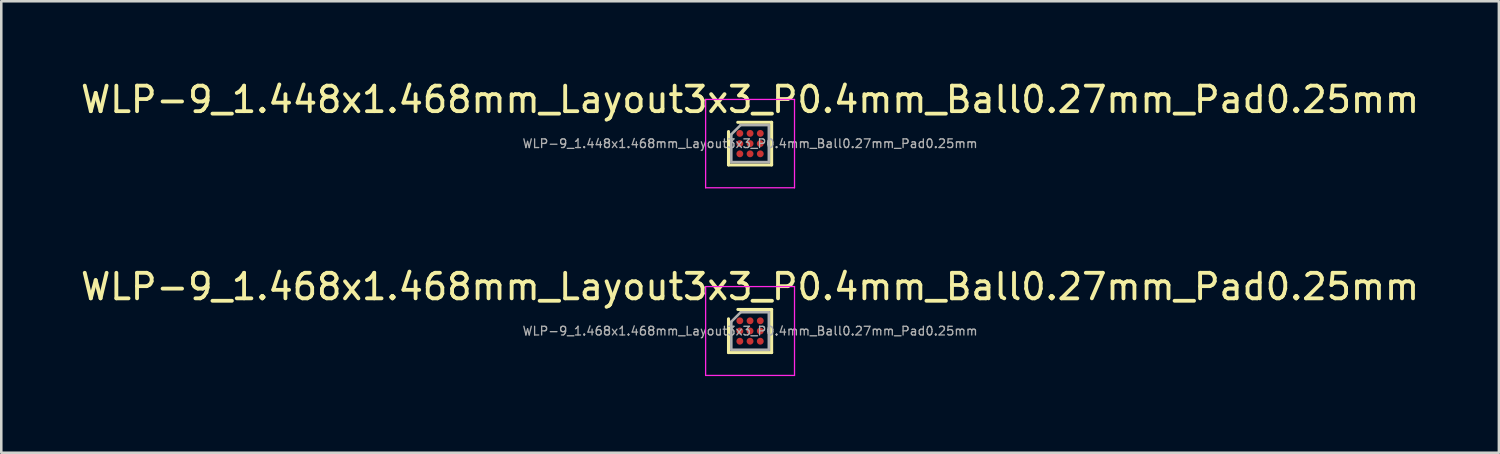
<source format=kicad_pcb>
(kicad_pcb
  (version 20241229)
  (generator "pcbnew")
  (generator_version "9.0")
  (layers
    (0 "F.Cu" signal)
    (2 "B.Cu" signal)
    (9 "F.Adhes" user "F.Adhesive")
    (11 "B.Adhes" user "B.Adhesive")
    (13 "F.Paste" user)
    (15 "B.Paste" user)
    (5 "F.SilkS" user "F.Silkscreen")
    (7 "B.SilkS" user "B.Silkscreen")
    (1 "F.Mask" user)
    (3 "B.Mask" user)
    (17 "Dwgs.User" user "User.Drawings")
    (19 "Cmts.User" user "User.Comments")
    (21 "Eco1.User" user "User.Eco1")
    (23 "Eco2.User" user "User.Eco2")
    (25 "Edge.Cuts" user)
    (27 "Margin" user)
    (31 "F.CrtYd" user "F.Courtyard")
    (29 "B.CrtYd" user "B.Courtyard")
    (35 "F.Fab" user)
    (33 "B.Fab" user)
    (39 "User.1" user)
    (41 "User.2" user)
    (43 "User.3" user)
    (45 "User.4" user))
  (footprint "WLP-9_1.468x1.468mm_Layout3x3_P0.4mm_Ball0.27mm_Pad0.25mm"
    (layer "F.Cu")
    (at 26.315 9.909)
    (property "Reference" "WLP-9_1.468x1.468mm_Layout3x3_P0.4mm_Ball0.27mm_Pad0.25mm" (at 0 -1.734 0) (layer "F.SilkS") (effects (font (size 1 1) (thickness 0.15))))
    (attr smd)
    (fp_line (start -0.844 0.844) (end -0.844 -0.477) (stroke (width 0.12) (type solid)) (layer "F.SilkS"))
    (fp_line (start -0.477 -0.844) (end 0.844 -0.844) (stroke (width 0.12) (type solid)) (layer "F.SilkS"))
    (fp_line (start 0.844 -0.844) (end 0.844 0.844) (stroke (width 0.12) (type solid)) (layer "F.SilkS"))
    (fp_line (start 0.844 0.844) (end -0.844 0.844) (stroke (width 0.12) (type solid)) (layer "F.SilkS"))
    (fp_line (start -1.74 -1.74) (end -1.74 1.74) (stroke (width 0.05) (type solid)) (layer "F.CrtYd"))
    (fp_line (start -1.74 1.74) (end 1.74 1.74) (stroke (width 0.05) (type solid)) (layer "F.CrtYd"))
    (fp_line (start 1.74 -1.74) (end -1.74 -1.74) (stroke (width 0.05) (type solid)) (layer "F.CrtYd"))
    (fp_line (start 1.74 1.74) (end 1.74 -1.74) (stroke (width 0.05) (type solid)) (layer "F.CrtYd"))
    (fp_line (start -0.734 -0.367) (end -0.367 -0.734) (stroke (width 0.1) (type solid)) (layer "F.Fab"))
    (fp_line (start -0.734 0.734) (end -0.734 -0.367) (stroke (width 0.1) (type solid)) (layer "F.Fab"))
    (fp_line (start -0.367 -0.734) (end 0.734 -0.734) (stroke (width 0.1) (type solid)) (layer "F.Fab"))
    (fp_line (start 0.734 -0.734) (end 0.734 0.734) (stroke (width 0.1) (type solid)) (layer "F.Fab"))
    (fp_line (start 0.734 0.734) (end -0.734 0.734) (stroke (width 0.1) (type solid)) (layer "F.Fab"))
    (fp_text user "${REFERENCE}" (at 0 0 0) (layer "F.Fab") (effects (font (size 0.34 0.34) (thickness 0.051))))
    (pad "A1" smd circle (at -0.4 -0.4) (size 0.27 0.27) (layers "F.Cu" "F.Mask" "F.Paste"))
    (pad "A2" smd circle (at 0 -0.4) (size 0.27 0.27) (layers "F.Cu" "F.Mask" "F.Paste"))
    (pad "A3" smd circle (at 0.4 -0.4) (size 0.27 0.27) (layers "F.Cu" "F.Mask" "F.Paste"))
    (pad "B1" smd circle (at -0.4 0) (size 0.27 0.27) (layers "F.Cu" "F.Mask" "F.Paste"))
    (pad "B2" smd circle (at 0 0) (size 0.27 0.27) (layers "F.Cu" "F.Mask" "F.Paste"))
    (pad "B3" smd circle (at 0.4 0) (size 0.27 0.27) (layers "F.Cu" "F.Mask" "F.Paste"))
    (pad "C1" smd circle (at -0.4 0.4) (size 0.27 0.27) (layers "F.Cu" "F.Mask" "F.Paste"))
    (pad "C2" smd circle (at 0 0.4) (size 0.27 0.27) (layers "F.Cu" "F.Mask" "F.Paste"))
    (pad "C3" smd circle (at 0.4 0.4) (size 0.27 0.27) (layers "F.Cu" "F.Mask" "F.Paste")))
  (footprint "WLP-9_1.448x1.468mm_Layout3x3_P0.4mm_Ball0.27mm_Pad0.25mm"
    (layer "F.Cu")
    (at 26.315 2.572)
    (property "Reference" "WLP-9_1.448x1.468mm_Layout3x3_P0.4mm_Ball0.27mm_Pad0.25mm" (at 0 -1.724 0) (layer "F.SilkS") (effects (font (size 1 1) (thickness 0.15))))
    (attr smd)
    (fp_line (start -0.844 0.834) (end -0.844 -0.472) (stroke (width 0.12) (type solid)) (layer "F.SilkS"))
    (fp_line (start -0.482 -0.834) (end 0.844 -0.834) (stroke (width 0.12) (type solid)) (layer "F.SilkS"))
    (fp_line (start 0.844 -0.834) (end 0.844 0.834) (stroke (width 0.12) (type solid)) (layer "F.SilkS"))
    (fp_line (start 0.844 0.834) (end -0.844 0.834) (stroke (width 0.12) (type solid)) (layer "F.SilkS"))
    (fp_line (start -1.74 -1.73) (end -1.74 1.73) (stroke (width 0.05) (type solid)) (layer "F.CrtYd"))
    (fp_line (start -1.74 1.73) (end 1.74 1.73) (stroke (width 0.05) (type solid)) (layer "F.CrtYd"))
    (fp_line (start 1.74 -1.73) (end -1.74 -1.73) (stroke (width 0.05) (type solid)) (layer "F.CrtYd"))
    (fp_line (start 1.74 1.73) (end 1.74 -1.73) (stroke (width 0.05) (type solid)) (layer "F.CrtYd"))
    (fp_line (start -0.734 -0.362) (end -0.372 -0.724) (stroke (width 0.1) (type solid)) (layer "F.Fab"))
    (fp_line (start -0.734 0.724) (end -0.734 -0.362) (stroke (width 0.1) (type solid)) (layer "F.Fab"))
    (fp_line (start -0.372 -0.724) (end 0.734 -0.724) (stroke (width 0.1) (type solid)) (layer "F.Fab"))
    (fp_line (start 0.734 -0.724) (end 0.734 0.724) (stroke (width 0.1) (type solid)) (layer "F.Fab"))
    (fp_line (start 0.734 0.724) (end -0.734 0.724) (stroke (width 0.1) (type solid)) (layer "F.Fab"))
    (fp_text user "${REFERENCE}" (at 0 0 0) (layer "F.Fab") (effects (font (size 0.34 0.34) (thickness 0.051))))
    (pad "A1" smd circle (at -0.4 -0.4) (size 0.27 0.27) (layers "F.Cu" "F.Mask" "F.Paste"))
    (pad "A2" smd circle (at 0 -0.4) (size 0.27 0.27) (layers "F.Cu" "F.Mask" "F.Paste"))
    (pad "A3" smd circle (at 0.4 -0.4) (size 0.27 0.27) (layers "F.Cu" "F.Mask" "F.Paste"))
    (pad "B1" smd circle (at -0.4 0) (size 0.27 0.27) (layers "F.Cu" "F.Mask" "F.Paste"))
    (pad "B2" smd circle (at 0 0) (size 0.27 0.27) (layers "F.Cu" "F.Mask" "F.Paste"))
    (pad "B3" smd circle (at 0.4 0) (size 0.27 0.27) (layers "F.Cu" "F.Mask" "F.Paste"))
    (pad "C1" smd circle (at -0.4 0.4) (size 0.27 0.27) (layers "F.Cu" "F.Mask" "F.Paste"))
    (pad "C2" smd circle (at 0 0.4) (size 0.27 0.27) (layers "F.Cu" "F.Mask" "F.Paste"))
    (pad "C3" smd circle (at 0.4 0.4) (size 0.27 0.27) (layers "F.Cu" "F.Mask" "F.Paste")))
  (gr_rect
    (start -3 -3)
    (end 55.631 14.675)
    (stroke (width 0.1) (type default))
    (fill no)
    (layer "Edge.Cuts")))
</source>
